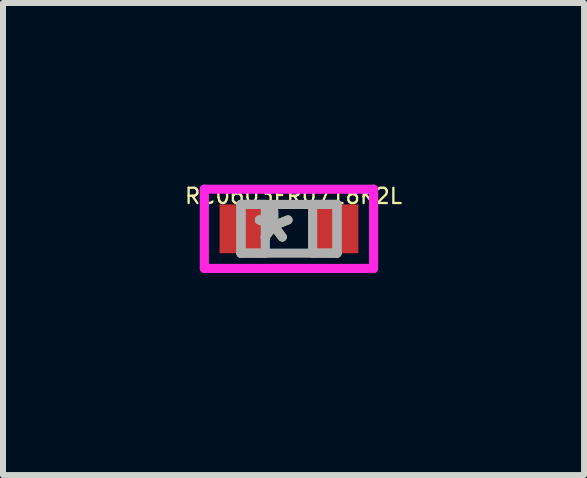
<source format=kicad_pcb>
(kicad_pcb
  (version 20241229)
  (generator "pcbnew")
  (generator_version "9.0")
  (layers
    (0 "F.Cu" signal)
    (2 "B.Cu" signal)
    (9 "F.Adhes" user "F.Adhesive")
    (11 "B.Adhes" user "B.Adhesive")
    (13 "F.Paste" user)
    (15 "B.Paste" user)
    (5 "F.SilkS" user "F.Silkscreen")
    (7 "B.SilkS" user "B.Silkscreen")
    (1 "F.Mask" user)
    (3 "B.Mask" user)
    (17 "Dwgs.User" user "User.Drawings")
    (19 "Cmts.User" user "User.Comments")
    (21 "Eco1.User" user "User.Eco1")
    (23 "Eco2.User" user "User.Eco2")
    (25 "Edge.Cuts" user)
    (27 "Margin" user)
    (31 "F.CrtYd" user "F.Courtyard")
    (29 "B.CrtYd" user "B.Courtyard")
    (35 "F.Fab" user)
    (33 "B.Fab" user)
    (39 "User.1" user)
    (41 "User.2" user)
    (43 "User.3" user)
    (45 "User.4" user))
  (footprint "RC0603FR0718K2L"
    (layer "F.Cu")
    (at 1.764 0.762)
    (property "Reference" "RC0603FR0718K2L" (at 0.076 -0.546 0) (layer "F.SilkS") (effects (font (size 0.254 0.254) (thickness 0.038))))
    (attr smd)
    (fp_line (start -1.41 -0.66) (end 1.41 -0.66) (stroke (width 0.152) (type solid)) (layer "F.CrtYd"))
    (fp_line (start -1.41 0.66) (end -1.41 -0.66) (stroke (width 0.152) (type solid)) (layer "F.CrtYd"))
    (fp_line (start 1.41 -0.66) (end 1.41 0.66) (stroke (width 0.152) (type solid)) (layer "F.CrtYd"))
    (fp_line (start 1.41 0.66) (end -1.41 0.66) (stroke (width 0.152) (type solid)) (layer "F.CrtYd"))
    (fp_line (start -0.8 -0.406) (end -0.8 0.406) (stroke (width 0.152) (type solid)) (layer "F.Fab"))
    (fp_line (start -0.8 -0.406) (end -0.8 0.406) (stroke (width 0.152) (type solid)) (layer "F.Fab"))
    (fp_line (start -0.8 0.406) (end -0.394 0.406) (stroke (width 0.152) (type solid)) (layer "F.Fab"))
    (fp_line (start -0.8 0.406) (end 0.8 0.406) (stroke (width 0.152) (type solid)) (layer "F.Fab"))
    (fp_line (start -0.394 -0.406) (end -0.8 -0.406) (stroke (width 0.152) (type solid)) (layer "F.Fab"))
    (fp_line (start -0.394 0.406) (end -0.394 -0.406) (stroke (width 0.152) (type solid)) (layer "F.Fab"))
    (fp_line (start 0.394 -0.406) (end 0.394 0.406) (stroke (width 0.152) (type solid)) (layer "F.Fab"))
    (fp_line (start 0.394 0.406) (end 0.8 0.406) (stroke (width 0.152) (type solid)) (layer "F.Fab"))
    (fp_line (start 0.8 -0.406) (end -0.8 -0.406) (stroke (width 0.152) (type solid)) (layer "F.Fab"))
    (fp_line (start 0.8 -0.406) (end 0.394 -0.406) (stroke (width 0.152) (type solid)) (layer "F.Fab"))
    (fp_line (start 0.8 0.406) (end 0.8 -0.406) (stroke (width 0.152) (type solid)) (layer "F.Fab"))
    (fp_line (start 0.8 0.406) (end 0.8 -0.406) (stroke (width 0.152) (type solid)) (layer "F.Fab"))
    (fp_text user "*" (at -0.254 0.254 0) (layer "F.SilkS") (effects (font (size 1 1) (thickness 0.15))))
    (fp_text user "*" (at -0.254 0.254 0) (layer "F.Fab") (effects (font (size 1 1) (thickness 0.15))))
    (pad "1" smd rect (at -0.775 0) (size 0.762 0.813) (layers "F.Cu" "F.Mask" "F.Paste"))
    (pad "2" smd rect (at 0.775 0) (size 0.762 0.813) (layers "F.Cu" "F.Mask" "F.Paste")))
  (gr_rect
    (start -3 -3)
    (end 6.68 4.864)
    (stroke (width 0.1) (type default))
    (fill no)
    (layer "Edge.Cuts")))
</source>
